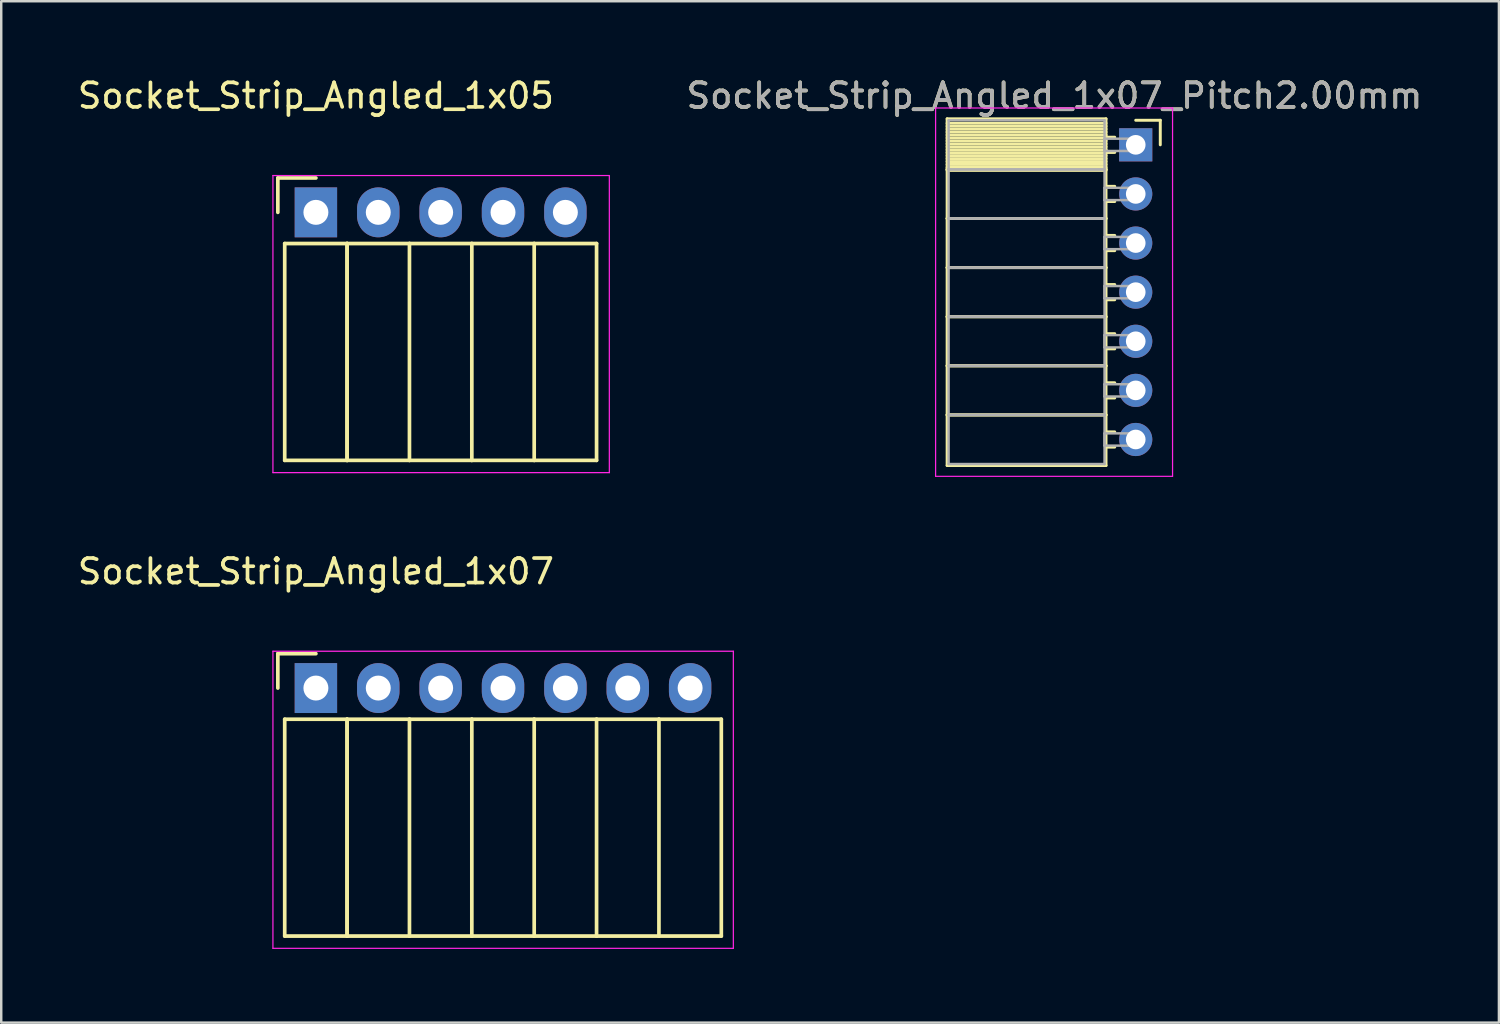
<source format=kicad_pcb>
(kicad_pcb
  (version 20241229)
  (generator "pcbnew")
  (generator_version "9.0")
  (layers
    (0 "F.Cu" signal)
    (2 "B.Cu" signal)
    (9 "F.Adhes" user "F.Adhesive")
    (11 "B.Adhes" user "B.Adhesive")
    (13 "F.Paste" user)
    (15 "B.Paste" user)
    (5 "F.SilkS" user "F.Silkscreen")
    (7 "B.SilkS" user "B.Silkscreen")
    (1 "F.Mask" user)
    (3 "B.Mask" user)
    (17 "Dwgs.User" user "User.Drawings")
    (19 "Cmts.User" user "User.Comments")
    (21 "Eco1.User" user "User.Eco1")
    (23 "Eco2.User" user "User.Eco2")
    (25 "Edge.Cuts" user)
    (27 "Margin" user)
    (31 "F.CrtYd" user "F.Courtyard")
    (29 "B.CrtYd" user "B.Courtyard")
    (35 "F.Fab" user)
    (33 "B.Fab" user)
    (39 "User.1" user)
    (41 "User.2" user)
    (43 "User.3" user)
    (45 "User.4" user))
  (footprint "Socket_Strip_Angled_1x07"
    (layer "F.Cu")
    (at 9.815 24.971)
    (property "Reference" "Socket_Strip_Angled_1x07" (at 0 -4.75 0) (layer "F.SilkS") (effects (font (size 1 1) (thickness 0.15))))
    (attr through_hole)
    (fp_line (start -1.55 -1.4) (end -1.55 0) (stroke (width 0.15) (type solid)) (layer "F.SilkS"))
    (fp_line (start -1.27 1.27) (end -1.27 10.1) (stroke (width 0.15) (type solid)) (layer "F.SilkS"))
    (fp_line (start -1.27 1.27) (end 1.27 1.27) (stroke (width 0.15) (type solid)) (layer "F.SilkS"))
    (fp_line (start -1.27 10.1) (end 1.27 10.1) (stroke (width 0.15) (type solid)) (layer "F.SilkS"))
    (fp_line (start 0 -1.4) (end -1.55 -1.4) (stroke (width 0.15) (type solid)) (layer "F.SilkS"))
    (fp_line (start 1.27 1.27) (end 1.27 10.1) (stroke (width 0.15) (type solid)) (layer "F.SilkS"))
    (fp_line (start 1.27 1.27) (end 3.81 1.27) (stroke (width 0.15) (type solid)) (layer "F.SilkS"))
    (fp_line (start 1.27 10.1) (end 1.27 1.27) (stroke (width 0.15) (type solid)) (layer "F.SilkS"))
    (fp_line (start 1.27 10.1) (end 3.81 10.1) (stroke (width 0.15) (type solid)) (layer "F.SilkS"))
    (fp_line (start 3.81 1.27) (end 6.35 1.27) (stroke (width 0.15) (type solid)) (layer "F.SilkS"))
    (fp_line (start 3.81 10.1) (end 3.81 1.27) (stroke (width 0.15) (type solid)) (layer "F.SilkS"))
    (fp_line (start 3.81 10.1) (end 6.35 10.1) (stroke (width 0.15) (type solid)) (layer "F.SilkS"))
    (fp_line (start 6.35 1.27) (end 8.89 1.27) (stroke (width 0.15) (type solid)) (layer "F.SilkS"))
    (fp_line (start 6.35 10.1) (end 6.35 1.27) (stroke (width 0.15) (type solid)) (layer "F.SilkS"))
    (fp_line (start 6.35 10.1) (end 8.89 10.1) (stroke (width 0.15) (type solid)) (layer "F.SilkS"))
    (fp_line (start 8.89 1.27) (end 11.43 1.27) (stroke (width 0.15) (type solid)) (layer "F.SilkS"))
    (fp_line (start 8.89 10.1) (end 8.89 1.27) (stroke (width 0.15) (type solid)) (layer "F.SilkS"))
    (fp_line (start 8.89 10.1) (end 11.43 10.1) (stroke (width 0.15) (type solid)) (layer "F.SilkS"))
    (fp_line (start 11.43 1.27) (end 13.97 1.27) (stroke (width 0.15) (type solid)) (layer "F.SilkS"))
    (fp_line (start 11.43 10.1) (end 11.43 1.27) (stroke (width 0.15) (type solid)) (layer "F.SilkS"))
    (fp_line (start 11.43 10.1) (end 13.97 10.1) (stroke (width 0.15) (type solid)) (layer "F.SilkS"))
    (fp_line (start 13.97 1.27) (end 16.51 1.27) (stroke (width 0.15) (type solid)) (layer "F.SilkS"))
    (fp_line (start 13.97 10.1) (end 13.97 1.27) (stroke (width 0.15) (type solid)) (layer "F.SilkS"))
    (fp_line (start 13.97 10.1) (end 16.51 10.1) (stroke (width 0.15) (type solid)) (layer "F.SilkS"))
    (fp_line (start 16.51 10.1) (end 16.51 1.27) (stroke (width 0.15) (type solid)) (layer "F.SilkS"))
    (fp_line (start -1.75 -1.5) (end -1.75 10.6) (stroke (width 0.05) (type solid)) (layer "F.CrtYd"))
    (fp_line (start -1.75 -1.5) (end 17 -1.5) (stroke (width 0.05) (type solid)) (layer "F.CrtYd"))
    (fp_line (start -1.75 10.6) (end 17 10.6) (stroke (width 0.05) (type solid)) (layer "F.CrtYd"))
    (fp_line (start 17 -1.5) (end 17 10.6) (stroke (width 0.05) (type solid)) (layer "F.CrtYd"))
    (pad "1" thru_hole rect (at 0 0) (size 1.727 2.032) (drill 1.016) (layers "*.Cu" "*.Mask"))
    (pad "2" thru_hole oval (at 2.54 0) (size 1.727 2.032) (drill 1.016) (layers "*.Cu" "*.Mask"))
    (pad "3" thru_hole oval (at 5.08 0) (size 1.727 2.032) (drill 1.016) (layers "*.Cu" "*.Mask"))
    (pad "4" thru_hole oval (at 7.62 0) (size 1.727 2.032) (drill 1.016) (layers "*.Cu" "*.Mask"))
    (pad "5" thru_hole oval (at 10.16 0) (size 1.727 2.032) (drill 1.016) (layers "*.Cu" "*.Mask"))
    (pad "6" thru_hole oval (at 12.7 0) (size 1.727 2.032) (drill 1.016) (layers "*.Cu" "*.Mask"))
    (pad "7" thru_hole oval (at 15.24 0) (size 1.727 2.032) (drill 1.016) (layers "*.Cu" "*.Mask")))
  (footprint "Socket_Strip_Angled_1x07_Pitch2.00mm"
    (layer "F.Cu")
    (at 43.202 2.848)
    (property "Reference" "Socket_Strip_Angled_1x07_Pitch2.00mm" (at -3.31 -2 0) (layer "F.SilkS") (effects (font (size 1 1) (thickness 0.15))))
    (attr through_hole)
    (fp_line (start -7.68 -1.06) (end -1.21 -1.06) (stroke (width 0.12) (type solid)) (layer "F.SilkS"))
    (fp_line (start -7.68 1) (end -7.68 -1.06) (stroke (width 0.12) (type solid)) (layer "F.SilkS"))
    (fp_line (start -7.68 1) (end -1.21 1) (stroke (width 0.12) (type solid)) (layer "F.SilkS"))
    (fp_line (start -7.68 3) (end -7.68 1) (stroke (width 0.12) (type solid)) (layer "F.SilkS"))
    (fp_line (start -7.68 3) (end -1.21 3) (stroke (width 0.12) (type solid)) (layer "F.SilkS"))
    (fp_line (start -7.68 5) (end -7.68 3) (stroke (width 0.12) (type solid)) (layer "F.SilkS"))
    (fp_line (start -7.68 5) (end -1.21 5) (stroke (width 0.12) (type solid)) (layer "F.SilkS"))
    (fp_line (start -7.68 7) (end -7.68 5) (stroke (width 0.12) (type solid)) (layer "F.SilkS"))
    (fp_line (start -7.68 7) (end -1.21 7) (stroke (width 0.12) (type solid)) (layer "F.SilkS"))
    (fp_line (start -7.68 9) (end -7.68 7) (stroke (width 0.12) (type solid)) (layer "F.SilkS"))
    (fp_line (start -7.68 9) (end -1.21 9) (stroke (width 0.12) (type solid)) (layer "F.SilkS"))
    (fp_line (start -7.68 11) (end -7.68 9) (stroke (width 0.12) (type solid)) (layer "F.SilkS"))
    (fp_line (start -7.68 11) (end -1.21 11) (stroke (width 0.12) (type solid)) (layer "F.SilkS"))
    (fp_line (start -7.68 13.06) (end -7.68 11) (stroke (width 0.12) (type solid)) (layer "F.SilkS"))
    (fp_line (start -1.21 -1.06) (end -1.21 1) (stroke (width 0.12) (type solid)) (layer "F.SilkS"))
    (fp_line (start -1.21 -0.88) (end -7.68 -0.88) (stroke (width 0.12) (type solid)) (layer "F.SilkS"))
    (fp_line (start -1.21 -0.76) (end -7.68 -0.76) (stroke (width 0.12) (type solid)) (layer "F.SilkS"))
    (fp_line (start -1.21 -0.64) (end -7.68 -0.64) (stroke (width 0.12) (type solid)) (layer "F.SilkS"))
    (fp_line (start -1.21 -0.52) (end -7.68 -0.52) (stroke (width 0.12) (type solid)) (layer "F.SilkS"))
    (fp_line (start -1.21 -0.4) (end -7.68 -0.4) (stroke (width 0.12) (type solid)) (layer "F.SilkS"))
    (fp_line (start -1.21 -0.28) (end -7.68 -0.28) (stroke (width 0.12) (type solid)) (layer "F.SilkS"))
    (fp_line (start -1.21 -0.16) (end -7.68 -0.16) (stroke (width 0.12) (type solid)) (layer "F.SilkS"))
    (fp_line (start -1.21 -0.04) (end -7.68 -0.04) (stroke (width 0.12) (type solid)) (layer "F.SilkS"))
    (fp_line (start -1.21 0.08) (end -7.68 0.08) (stroke (width 0.12) (type solid)) (layer "F.SilkS"))
    (fp_line (start -1.21 0.2) (end -7.68 0.2) (stroke (width 0.12) (type solid)) (layer "F.SilkS"))
    (fp_line (start -1.21 0.32) (end -7.68 0.32) (stroke (width 0.12) (type solid)) (layer "F.SilkS"))
    (fp_line (start -1.21 0.44) (end -7.68 0.44) (stroke (width 0.12) (type solid)) (layer "F.SilkS"))
    (fp_line (start -1.21 0.56) (end -7.68 0.56) (stroke (width 0.12) (type solid)) (layer "F.SilkS"))
    (fp_line (start -1.21 0.68) (end -7.68 0.68) (stroke (width 0.12) (type solid)) (layer "F.SilkS"))
    (fp_line (start -1.21 0.8) (end -7.68 0.8) (stroke (width 0.12) (type solid)) (layer "F.SilkS"))
    (fp_line (start -1.21 0.92) (end -7.68 0.92) (stroke (width 0.12) (type solid)) (layer "F.SilkS"))
    (fp_line (start -1.21 1) (end -7.68 1) (stroke (width 0.12) (type solid)) (layer "F.SilkS"))
    (fp_line (start -1.21 1) (end -1.21 3) (stroke (width 0.12) (type solid)) (layer "F.SilkS"))
    (fp_line (start -1.21 1.04) (end -7.68 1.04) (stroke (width 0.12) (type solid)) (layer "F.SilkS"))
    (fp_line (start -1.21 3) (end -7.68 3) (stroke (width 0.12) (type solid)) (layer "F.SilkS"))
    (fp_line (start -1.21 3) (end -1.21 5) (stroke (width 0.12) (type solid)) (layer "F.SilkS"))
    (fp_line (start -1.21 5) (end -7.68 5) (stroke (width 0.12) (type solid)) (layer "F.SilkS"))
    (fp_line (start -1.21 5) (end -1.21 7) (stroke (width 0.12) (type solid)) (layer "F.SilkS"))
    (fp_line (start -1.21 7) (end -7.68 7) (stroke (width 0.12) (type solid)) (layer "F.SilkS"))
    (fp_line (start -1.21 7) (end -1.21 9) (stroke (width 0.12) (type solid)) (layer "F.SilkS"))
    (fp_line (start -1.21 9) (end -7.68 9) (stroke (width 0.12) (type solid)) (layer "F.SilkS"))
    (fp_line (start -1.21 9) (end -1.21 11) (stroke (width 0.12) (type solid)) (layer "F.SilkS"))
    (fp_line (start -1.21 11) (end -7.68 11) (stroke (width 0.12) (type solid)) (layer "F.SilkS"))
    (fp_line (start -1.21 11) (end -1.21 13.06) (stroke (width 0.12) (type solid)) (layer "F.SilkS"))
    (fp_line (start -1.21 13.06) (end -7.68 13.06) (stroke (width 0.12) (type solid)) (layer "F.SilkS"))
    (fp_line (start -0.855 -0.31) (end -1.21 -0.31) (stroke (width 0.12) (type solid)) (layer "F.SilkS"))
    (fp_line (start -0.855 0.31) (end -1.21 0.31) (stroke (width 0.12) (type solid)) (layer "F.SilkS"))
    (fp_line (start -0.855 1.69) (end -1.21 1.69) (stroke (width 0.12) (type solid)) (layer "F.SilkS"))
    (fp_line (start -0.855 2.31) (end -1.21 2.31) (stroke (width 0.12) (type solid)) (layer "F.SilkS"))
    (fp_line (start -0.855 3.69) (end -1.21 3.69) (stroke (width 0.12) (type solid)) (layer "F.SilkS"))
    (fp_line (start -0.855 4.31) (end -1.21 4.31) (stroke (width 0.12) (type solid)) (layer "F.SilkS"))
    (fp_line (start -0.855 5.69) (end -1.21 5.69) (stroke (width 0.12) (type solid)) (layer "F.SilkS"))
    (fp_line (start -0.855 6.31) (end -1.21 6.31) (stroke (width 0.12) (type solid)) (layer "F.SilkS"))
    (fp_line (start -0.855 7.69) (end -1.21 7.69) (stroke (width 0.12) (type solid)) (layer "F.SilkS"))
    (fp_line (start -0.855 8.31) (end -1.21 8.31) (stroke (width 0.12) (type solid)) (layer "F.SilkS"))
    (fp_line (start -0.855 9.69) (end -1.21 9.69) (stroke (width 0.12) (type solid)) (layer "F.SilkS"))
    (fp_line (start -0.855 10.31) (end -1.21 10.31) (stroke (width 0.12) (type solid)) (layer "F.SilkS"))
    (fp_line (start -0.855 11.69) (end -1.21 11.69) (stroke (width 0.12) (type solid)) (layer "F.SilkS"))
    (fp_line (start -0.855 12.31) (end -1.21 12.31) (stroke (width 0.12) (type solid)) (layer "F.SilkS"))
    (fp_line (start 0 -1) (end 1 -1) (stroke (width 0.12) (type solid)) (layer "F.SilkS"))
    (fp_line (start 1 -1) (end 1 0) (stroke (width 0.12) (type solid)) (layer "F.SilkS"))
    (fp_line (start -8.15 -1.5) (end 1.5 -1.5) (stroke (width 0.05) (type solid)) (layer "F.CrtYd"))
    (fp_line (start -8.15 13.5) (end -8.15 -1.5) (stroke (width 0.05) (type solid)) (layer "F.CrtYd"))
    (fp_line (start 1.5 -1.5) (end 1.5 13.5) (stroke (width 0.05) (type solid)) (layer "F.CrtYd"))
    (fp_line (start 1.5 13.5) (end -8.15 13.5) (stroke (width 0.05) (type solid)) (layer "F.CrtYd"))
    (fp_line (start -7.62 -1) (end -1.27 -1) (stroke (width 0.1) (type solid)) (layer "F.Fab"))
    (fp_line (start -7.62 1) (end -7.62 -1) (stroke (width 0.1) (type solid)) (layer "F.Fab"))
    (fp_line (start -7.62 1) (end -1.27 1) (stroke (width 0.1) (type solid)) (layer "F.Fab"))
    (fp_line (start -7.62 3) (end -7.62 1) (stroke (width 0.1) (type solid)) (layer "F.Fab"))
    (fp_line (start -7.62 3) (end -1.27 3) (stroke (width 0.1) (type solid)) (layer "F.Fab"))
    (fp_line (start -7.62 5) (end -7.62 3) (stroke (width 0.1) (type solid)) (layer "F.Fab"))
    (fp_line (start -7.62 5) (end -1.27 5) (stroke (width 0.1) (type solid)) (layer "F.Fab"))
    (fp_line (start -7.62 7) (end -7.62 5) (stroke (width 0.1) (type solid)) (layer "F.Fab"))
    (fp_line (start -7.62 7) (end -1.27 7) (stroke (width 0.1) (type solid)) (layer "F.Fab"))
    (fp_line (start -7.62 9) (end -7.62 7) (stroke (width 0.1) (type solid)) (layer "F.Fab"))
    (fp_line (start -7.62 9) (end -1.27 9) (stroke (width 0.1) (type solid)) (layer "F.Fab"))
    (fp_line (start -7.62 11) (end -7.62 9) (stroke (width 0.1) (type solid)) (layer "F.Fab"))
    (fp_line (start -7.62 11) (end -1.27 11) (stroke (width 0.1) (type solid)) (layer "F.Fab"))
    (fp_line (start -7.62 13) (end -7.62 11) (stroke (width 0.1) (type solid)) (layer "F.Fab"))
    (fp_line (start -1.27 -1) (end -1.27 1) (stroke (width 0.1) (type solid)) (layer "F.Fab"))
    (fp_line (start -1.27 -0.25) (end 0 -0.25) (stroke (width 0.1) (type solid)) (layer "F.Fab"))
    (fp_line (start -1.27 0.25) (end -1.27 -0.25) (stroke (width 0.1) (type solid)) (layer "F.Fab"))
    (fp_line (start -1.27 1) (end -7.62 1) (stroke (width 0.1) (type solid)) (layer "F.Fab"))
    (fp_line (start -1.27 1) (end -1.27 3) (stroke (width 0.1) (type solid)) (layer "F.Fab"))
    (fp_line (start -1.27 1.75) (end 0 1.75) (stroke (width 0.1) (type solid)) (layer "F.Fab"))
    (fp_line (start -1.27 2.25) (end -1.27 1.75) (stroke (width 0.1) (type solid)) (layer "F.Fab"))
    (fp_line (start -1.27 3) (end -7.62 3) (stroke (width 0.1) (type solid)) (layer "F.Fab"))
    (fp_line (start -1.27 3) (end -1.27 5) (stroke (width 0.1) (type solid)) (layer "F.Fab"))
    (fp_line (start -1.27 3.75) (end 0 3.75) (stroke (width 0.1) (type solid)) (layer "F.Fab"))
    (fp_line (start -1.27 4.25) (end -1.27 3.75) (stroke (width 0.1) (type solid)) (layer "F.Fab"))
    (fp_line (start -1.27 5) (end -7.62 5) (stroke (width 0.1) (type solid)) (layer "F.Fab"))
    (fp_line (start -1.27 5) (end -1.27 7) (stroke (width 0.1) (type solid)) (layer "F.Fab"))
    (fp_line (start -1.27 5.75) (end 0 5.75) (stroke (width 0.1) (type solid)) (layer "F.Fab"))
    (fp_line (start -1.27 6.25) (end -1.27 5.75) (stroke (width 0.1) (type solid)) (layer "F.Fab"))
    (fp_line (start -1.27 7) (end -7.62 7) (stroke (width 0.1) (type solid)) (layer "F.Fab"))
    (fp_line (start -1.27 7) (end -1.27 9) (stroke (width 0.1) (type solid)) (layer "F.Fab"))
    (fp_line (start -1.27 7.75) (end 0 7.75) (stroke (width 0.1) (type solid)) (layer "F.Fab"))
    (fp_line (start -1.27 8.25) (end -1.27 7.75) (stroke (width 0.1) (type solid)) (layer "F.Fab"))
    (fp_line (start -1.27 9) (end -7.62 9) (stroke (width 0.1) (type solid)) (layer "F.Fab"))
    (fp_line (start -1.27 9) (end -1.27 11) (stroke (width 0.1) (type solid)) (layer "F.Fab"))
    (fp_line (start -1.27 9.75) (end 0 9.75) (stroke (width 0.1) (type solid)) (layer "F.Fab"))
    (fp_line (start -1.27 10.25) (end -1.27 9.75) (stroke (width 0.1) (type solid)) (layer "F.Fab"))
    (fp_line (start -1.27 11) (end -7.62 11) (stroke (width 0.1) (type solid)) (layer "F.Fab"))
    (fp_line (start -1.27 11) (end -1.27 13) (stroke (width 0.1) (type solid)) (layer "F.Fab"))
    (fp_line (start -1.27 11.75) (end 0 11.75) (stroke (width 0.1) (type solid)) (layer "F.Fab"))
    (fp_line (start -1.27 12.25) (end -1.27 11.75) (stroke (width 0.1) (type solid)) (layer "F.Fab"))
    (fp_line (start -1.27 13) (end -7.62 13) (stroke (width 0.1) (type solid)) (layer "F.Fab"))
    (fp_line (start 0 -0.25) (end 0 0.25) (stroke (width 0.1) (type solid)) (layer "F.Fab"))
    (fp_line (start 0 0.25) (end -1.27 0.25) (stroke (width 0.1) (type solid)) (layer "F.Fab"))
    (fp_line (start 0 1.75) (end 0 2.25) (stroke (width 0.1) (type solid)) (layer "F.Fab"))
    (fp_line (start 0 2.25) (end -1.27 2.25) (stroke (width 0.1) (type solid)) (layer "F.Fab"))
    (fp_line (start 0 3.75) (end 0 4.25) (stroke (width 0.1) (type solid)) (layer "F.Fab"))
    (fp_line (start 0 4.25) (end -1.27 4.25) (stroke (width 0.1) (type solid)) (layer "F.Fab"))
    (fp_line (start 0 5.75) (end 0 6.25) (stroke (width 0.1) (type solid)) (layer "F.Fab"))
    (fp_line (start 0 6.25) (end -1.27 6.25) (stroke (width 0.1) (type solid)) (layer "F.Fab"))
    (fp_line (start 0 7.75) (end 0 8.25) (stroke (width 0.1) (type solid)) (layer "F.Fab"))
    (fp_line (start 0 8.25) (end -1.27 8.25) (stroke (width 0.1) (type solid)) (layer "F.Fab"))
    (fp_line (start 0 9.75) (end 0 10.25) (stroke (width 0.1) (type solid)) (layer "F.Fab"))
    (fp_line (start 0 10.25) (end -1.27 10.25) (stroke (width 0.1) (type solid)) (layer "F.Fab"))
    (fp_line (start 0 11.75) (end 0 12.25) (stroke (width 0.1) (type solid)) (layer "F.Fab"))
    (fp_line (start 0 12.25) (end -1.27 12.25) (stroke (width 0.1) (type solid)) (layer "F.Fab"))
    (fp_text user "${REFERENCE}" (at -3.31 -2 0) (layer "F.Fab") (effects (font (size 1 1) (thickness 0.15))))
    (pad "1" thru_hole rect (at 0 0) (size 1.35 1.35) (drill 0.8) (layers "*.Cu" "*.Mask"))
    (pad "2" thru_hole oval (at 0 2) (size 1.35 1.35) (drill 0.8) (layers "*.Cu" "*.Mask"))
    (pad "3" thru_hole oval (at 0 4) (size 1.35 1.35) (drill 0.8) (layers "*.Cu" "*.Mask"))
    (pad "4" thru_hole oval (at 0 6) (size 1.35 1.35) (drill 0.8) (layers "*.Cu" "*.Mask"))
    (pad "5" thru_hole oval (at 0 8) (size 1.35 1.35) (drill 0.8) (layers "*.Cu" "*.Mask"))
    (pad "6" thru_hole oval (at 0 10) (size 1.35 1.35) (drill 0.8) (layers "*.Cu" "*.Mask"))
    (pad "7" thru_hole oval (at 0 12) (size 1.35 1.35) (drill 0.8) (layers "*.Cu" "*.Mask")))
  (footprint "Socket_Strip_Angled_1x05"
    (layer "F.Cu")
    (at 9.815 5.598)
    (property "Reference" "Socket_Strip_Angled_1x05" (at 0 -4.75 0) (layer "F.SilkS") (effects (font (size 1 1) (thickness 0.15))))
    (attr through_hole)
    (fp_line (start -1.55 -1.4) (end -1.55 0) (stroke (width 0.15) (type solid)) (layer "F.SilkS"))
    (fp_line (start -1.27 1.27) (end -1.27 10.1) (stroke (width 0.15) (type solid)) (layer "F.SilkS"))
    (fp_line (start -1.27 1.27) (end 1.27 1.27) (stroke (width 0.15) (type solid)) (layer "F.SilkS"))
    (fp_line (start -1.27 10.1) (end 1.27 10.1) (stroke (width 0.15) (type solid)) (layer "F.SilkS"))
    (fp_line (start 0 -1.4) (end -1.55 -1.4) (stroke (width 0.15) (type solid)) (layer "F.SilkS"))
    (fp_line (start 1.27 1.27) (end 1.27 10.1) (stroke (width 0.15) (type solid)) (layer "F.SilkS"))
    (fp_line (start 1.27 1.27) (end 3.81 1.27) (stroke (width 0.15) (type solid)) (layer "F.SilkS"))
    (fp_line (start 1.27 10.1) (end 1.27 1.27) (stroke (width 0.15) (type solid)) (layer "F.SilkS"))
    (fp_line (start 1.27 10.1) (end 3.81 10.1) (stroke (width 0.15) (type solid)) (layer "F.SilkS"))
    (fp_line (start 3.81 1.27) (end 6.35 1.27) (stroke (width 0.15) (type solid)) (layer "F.SilkS"))
    (fp_line (start 3.81 10.1) (end 3.81 1.27) (stroke (width 0.15) (type solid)) (layer "F.SilkS"))
    (fp_line (start 3.81 10.1) (end 6.35 10.1) (stroke (width 0.15) (type solid)) (layer "F.SilkS"))
    (fp_line (start 6.35 1.27) (end 8.89 1.27) (stroke (width 0.15) (type solid)) (layer "F.SilkS"))
    (fp_line (start 6.35 10.1) (end 6.35 1.27) (stroke (width 0.15) (type solid)) (layer "F.SilkS"))
    (fp_line (start 6.35 10.1) (end 8.89 10.1) (stroke (width 0.15) (type solid)) (layer "F.SilkS"))
    (fp_line (start 8.89 1.27) (end 11.43 1.27) (stroke (width 0.15) (type solid)) (layer "F.SilkS"))
    (fp_line (start 8.89 10.1) (end 8.89 1.27) (stroke (width 0.15) (type solid)) (layer "F.SilkS"))
    (fp_line (start 8.89 10.1) (end 11.43 10.1) (stroke (width 0.15) (type solid)) (layer "F.SilkS"))
    (fp_line (start 11.43 10.1) (end 11.43 1.27) (stroke (width 0.15) (type solid)) (layer "F.SilkS"))
    (fp_line (start -1.75 -1.5) (end -1.75 10.6) (stroke (width 0.05) (type solid)) (layer "F.CrtYd"))
    (fp_line (start -1.75 -1.5) (end 11.95 -1.5) (stroke (width 0.05) (type solid)) (layer "F.CrtYd"))
    (fp_line (start -1.75 10.6) (end 11.95 10.6) (stroke (width 0.05) (type solid)) (layer "F.CrtYd"))
    (fp_line (start 11.95 -1.5) (end 11.95 10.6) (stroke (width 0.05) (type solid)) (layer "F.CrtYd"))
    (pad "1" thru_hole rect (at 0 0) (size 1.727 2.032) (drill 1.016) (layers "*.Cu" "*.Mask"))
    (pad "2" thru_hole oval (at 2.54 0) (size 1.727 2.032) (drill 1.016) (layers "*.Cu" "*.Mask"))
    (pad "3" thru_hole oval (at 5.08 0) (size 1.727 2.032) (drill 1.016) (layers "*.Cu" "*.Mask"))
    (pad "4" thru_hole oval (at 7.62 0) (size 1.727 2.032) (drill 1.016) (layers "*.Cu" "*.Mask"))
    (pad "5" thru_hole oval (at 10.16 0) (size 1.727 2.032) (drill 1.016) (layers "*.Cu" "*.Mask")))
  (gr_rect
    (start -3 -3)
    (end 57.993 38.596)
    (stroke (width 0.1) (type default))
    (fill no)
    (layer "Edge.Cuts")))
</source>
